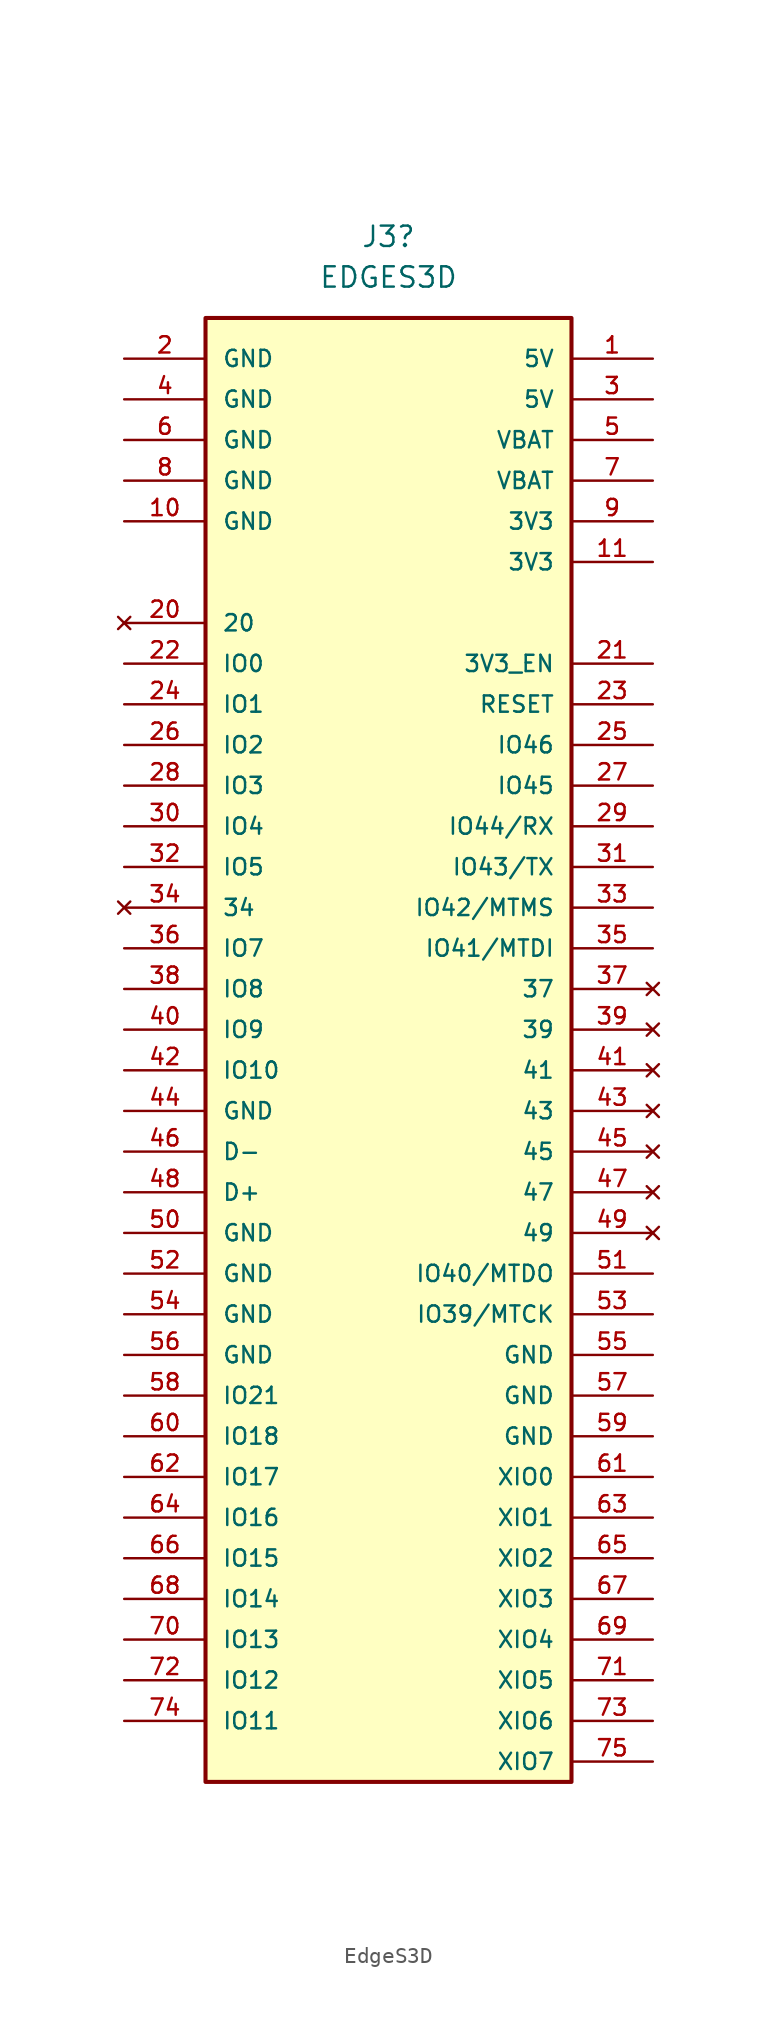
<source format=kicad_sym>
(kicad_symbol_lib
  (version 20241209)
  (generator "kicad_symbol_editor")
  (generator_version "9.0")
  (symbol "EdgeS3D"
    (pin_names
      (offset 1.016))
    (property "Reference" "J3"
      (at 0 50.8 0)
      (effects (font (size 1.27 1.27))))
    (property "Value" "EDGES3D"
      (at 0 48.26 0)
      (effects (font (size 1.27 1.27))))
    (symbol "EdgeS3D_0_0"
      (rectangle (start -11.43 45.72) (end 11.43 -45.72) (stroke (width 0.254) (type default)) (fill (type background))))
    (symbol "EdgeS3D_1_0"
      (pin passive line (at -16.51 43.18 0) (length 5.08) (name "GND" (effects (font (size 1.016 1.016)))) (number "2" (effects (font (size 1.016 1.016)))))
      (pin passive line (at -16.51 40.64 0) (length 5.08) (name "GND" (effects (font (size 1.016 1.016)))) (number "4" (effects (font (size 1.016 1.016)))))
      (pin passive line (at -16.51 38.1 0) (length 5.08) (name "GND" (effects (font (size 1.016 1.016)))) (number "6" (effects (font (size 1.016 1.016)))))
      (pin passive line (at -16.51 35.56 0) (length 5.08) (name "GND" (effects (font (size 1.016 1.016)))) (number "8" (effects (font (size 1.016 1.016)))))
      (pin passive line (at -16.51 33.02 0) (length 5.08) (name "GND" (effects (font (size 1.016 1.016)))) (number "10" (effects (font (size 1.016 1.016)))))
      (pin no_connect line (at -16.51 26.67 0) (length 5.08) (name "20" (effects (font (size 1.016 1.016)))) (number "20" (effects (font (size 1.016 1.016)))))
      (pin passive line (at -16.51 24.13 0) (length 5.08) (name "IO0" (effects (font (size 1.016 1.016)))) (number "22" (effects (font (size 1.016 1.016)))))
      (pin passive line (at -16.51 21.59 0) (length 5.08) (name "IO1" (effects (font (size 1.016 1.016)))) (number "24" (effects (font (size 1.016 1.016)))))
      (pin passive line (at -16.51 19.05 0) (length 5.08) (name "IO2" (effects (font (size 1.016 1.016)))) (number "26" (effects (font (size 1.016 1.016)))))
      (pin passive line (at -16.51 16.51 0) (length 5.08) (name "IO3" (effects (font (size 1.016 1.016)))) (number "28" (effects (font (size 1.016 1.016)))))
      (pin passive line (at -16.51 13.97 0) (length 5.08) (name "IO4" (effects (font (size 1.016 1.016)))) (number "30" (effects (font (size 1.016 1.016)))))
      (pin passive line (at -16.51 11.43 0) (length 5.08) (name "IO5" (effects (font (size 1.016 1.016)))) (number "32" (effects (font (size 1.016 1.016)))))
      (pin no_connect line (at -16.51 8.89 0) (length 5.08) (name "34" (effects (font (size 1.016 1.016)))) (number "34" (effects (font (size 1.016 1.016)))))
      (pin passive line (at -16.51 6.35 0) (length 5.08) (name "IO7" (effects (font (size 1.016 1.016)))) (number "36" (effects (font (size 1.016 1.016)))))
      (pin passive line (at -16.51 3.81 0) (length 5.08) (name "IO8" (effects (font (size 1.016 1.016)))) (number "38" (effects (font (size 1.016 1.016)))))
      (pin passive line (at -16.51 1.27 0) (length 5.08) (name "IO9" (effects (font (size 1.016 1.016)))) (number "40" (effects (font (size 1.016 1.016)))))
      (pin passive line (at -16.51 -1.27 0) (length 5.08) (name "IO10" (effects (font (size 1.016 1.016)))) (number "42" (effects (font (size 1.016 1.016)))))
      (pin passive line (at -16.51 -3.81 0) (length 5.08) (name "GND" (effects (font (size 1.016 1.016)))) (number "44" (effects (font (size 1.016 1.016)))))
      (pin passive line (at -16.51 -6.35 0) (length 5.08) (name "D-" (effects (font (size 1.016 1.016)))) (number "46" (effects (font (size 1.016 1.016)))))
      (pin passive line (at -16.51 -8.89 0) (length 5.08) (name "D+" (effects (font (size 1.016 1.016)))) (number "48" (effects (font (size 1.016 1.016)))))
      (pin passive line (at -16.51 -11.43 0) (length 5.08) (name "GND" (effects (font (size 1.016 1.016)))) (number "50" (effects (font (size 1.016 1.016)))))
      (pin passive line (at -16.51 -13.97 0) (length 5.08) (name "GND" (effects (font (size 1.016 1.016)))) (number "52" (effects (font (size 1.016 1.016)))))
      (pin passive line (at -16.51 -16.51 0) (length 5.08) (name "GND" (effects (font (size 1.016 1.016)))) (number "54" (effects (font (size 1.016 1.016)))))
      (pin passive line (at -16.51 -19.05 0) (length 5.08) (name "GND" (effects (font (size 1.016 1.016)))) (number "56" (effects (font (size 1.016 1.016)))))
      (pin passive line (at -16.51 -21.59 0) (length 5.08) (name "IO21" (effects (font (size 1.016 1.016)))) (number "58" (effects (font (size 1.016 1.016)))))
      (pin passive line (at -16.51 -24.13 0) (length 5.08) (name "IO18" (effects (font (size 1.016 1.016)))) (number "60" (effects (font (size 1.016 1.016)))))
      (pin passive line (at -16.51 -26.67 0) (length 5.08) (name "IO17" (effects (font (size 1.016 1.016)))) (number "62" (effects (font (size 1.016 1.016)))))
      (pin passive line (at -16.51 -29.21 0) (length 5.08) (name "IO16" (effects (font (size 1.016 1.016)))) (number "64" (effects (font (size 1.016 1.016)))))
      (pin passive line (at -16.51 -31.75 0) (length 5.08) (name "IO15" (effects (font (size 1.016 1.016)))) (number "66" (effects (font (size 1.016 1.016)))))
      (pin passive line (at -16.51 -34.29 0) (length 5.08) (name "IO14" (effects (font (size 1.016 1.016)))) (number "68" (effects (font (size 1.016 1.016)))))
      (pin passive line (at -16.51 -36.83 0) (length 5.08) (name "IO13" (effects (font (size 1.016 1.016)))) (number "70" (effects (font (size 1.016 1.016)))))
      (pin passive line (at -16.51 -39.37 0) (length 5.08) (name "IO12" (effects (font (size 1.016 1.016)))) (number "72" (effects (font (size 1.016 1.016)))))
      (pin passive line (at -16.51 -41.91 0) (length 5.08) (name "IO11" (effects (font (size 1.016 1.016)))) (number "74" (effects (font (size 1.016 1.016)))))
      (pin passive line (at 16.51 43.18 180) (length 5.08) (name "5V" (effects (font (size 1.016 1.016)))) (number "1" (effects (font (size 1.016 1.016)))))
      (pin passive line (at 16.51 40.64 180) (length 5.08) (name "5V" (effects (font (size 1.016 1.016)))) (number "3" (effects (font (size 1.016 1.016)))))
      (pin passive line (at 16.51 38.1 180) (length 5.08) (name "VBAT" (effects (font (size 1.016 1.016)))) (number "5" (effects (font (size 1.016 1.016)))))
      (pin passive line (at 16.51 35.56 180) (length 5.08) (name "VBAT" (effects (font (size 1.016 1.016)))) (number "7" (effects (font (size 1.016 1.016)))))
      (pin passive line (at 16.51 33.02 180) (length 5.08) (name "3V3" (effects (font (size 1.016 1.016)))) (number "9" (effects (font (size 1.016 1.016)))))
      (pin passive line (at 16.51 30.48 180) (length 5.08) (name "3V3" (effects (font (size 1.016 1.016)))) (number "11" (effects (font (size 1.016 1.016)))))
      (pin passive line (at 16.51 24.13 180) (length 5.08) (name "3V3_EN" (effects (font (size 1.016 1.016)))) (number "21" (effects (font (size 1.016 1.016)))))
      (pin passive line (at 16.51 21.59 180) (length 5.08) (name "RESET" (effects (font (size 1.016 1.016)))) (number "23" (effects (font (size 1.016 1.016)))))
      (pin passive line (at 16.51 19.05 180) (length 5.08) (name "IO46" (effects (font (size 1.016 1.016)))) (number "25" (effects (font (size 1.016 1.016)))))
      (pin passive line (at 16.51 16.51 180) (length 5.08) (name "IO45" (effects (font (size 1.016 1.016)))) (number "27" (effects (font (size 1.016 1.016)))))
      (pin passive line (at 16.51 13.97 180) (length 5.08) (name "IO44/RX" (effects (font (size 1.016 1.016)))) (number "29" (effects (font (size 1.016 1.016)))))
      (pin passive line (at 16.51 11.43 180) (length 5.08) (name "IO43/TX" (effects (font (size 1.016 1.016)))) (number "31" (effects (font (size 1.016 1.016)))))
      (pin passive line (at 16.51 8.89 180) (length 5.08) (name "IO42/MTMS" (effects (font (size 1.016 1.016)))) (number "33" (effects (font (size 1.016 1.016)))))
      (pin passive line (at 16.51 6.35 180) (length 5.08) (name "IO41/MTDI" (effects (font (size 1.016 1.016)))) (number "35" (effects (font (size 1.016 1.016)))))
      (pin no_connect line (at 16.51 3.81 180) (length 5.08) (name "37" (effects (font (size 1.016 1.016)))) (number "37" (effects (font (size 1.016 1.016)))))
      (pin no_connect line (at 16.51 1.27 180) (length 5.08) (name "39" (effects (font (size 1.016 1.016)))) (number "39" (effects (font (size 1.016 1.016)))))
      (pin no_connect line (at 16.51 -1.27 180) (length 5.08) (name "41" (effects (font (size 1.016 1.016)))) (number "41" (effects (font (size 1.016 1.016)))))
      (pin no_connect line (at 16.51 -3.81 180) (length 5.08) (name "43" (effects (font (size 1.016 1.016)))) (number "43" (effects (font (size 1.016 1.016)))))
      (pin no_connect line (at 16.51 -6.35 180) (length 5.08) (name "45" (effects (font (size 1.016 1.016)))) (number "45" (effects (font (size 1.016 1.016)))))
      (pin no_connect line (at 16.51 -8.89 180) (length 5.08) (name "47" (effects (font (size 1.016 1.016)))) (number "47" (effects (font (size 1.016 1.016)))))
      (pin no_connect line (at 16.51 -11.43 180) (length 5.08) (name "49" (effects (font (size 1.016 1.016)))) (number "49" (effects (font (size 1.016 1.016)))))
      (pin passive line (at 16.51 -13.97 180) (length 5.08) (name "IO40/MTDO" (effects (font (size 1.016 1.016)))) (number "51" (effects (font (size 1.016 1.016)))))
      (pin passive line (at 16.51 -16.51 180) (length 5.08) (name "IO39/MTCK" (effects (font (size 1.016 1.016)))) (number "53" (effects (font (size 1.016 1.016)))))
      (pin passive line (at 16.51 -19.05 180) (length 5.08) (name "GND" (effects (font (size 1.016 1.016)))) (number "55" (effects (font (size 1.016 1.016)))))
      (pin passive line (at 16.51 -21.59 180) (length 5.08) (name "GND" (effects (font (size 1.016 1.016)))) (number "57" (effects (font (size 1.016 1.016)))))
      (pin passive line (at 16.51 -24.13 180) (length 5.08) (name "GND" (effects (font (size 1.016 1.016)))) (number "59" (effects (font (size 1.016 1.016)))))
      (pin passive line (at 16.51 -26.67 180) (length 5.08) (name "XIO0" (effects (font (size 1.016 1.016)))) (number "61" (effects (font (size 1.016 1.016)))))
      (pin passive line (at 16.51 -29.21 180) (length 5.08) (name "XIO1" (effects (font (size 1.016 1.016)))) (number "63" (effects (font (size 1.016 1.016)))))
      (pin passive line (at 16.51 -31.75 180) (length 5.08) (name "XIO2" (effects (font (size 1.016 1.016)))) (number "65" (effects (font (size 1.016 1.016)))))
      (pin passive line (at 16.51 -34.29 180) (length 5.08) (name "XIO3" (effects (font (size 1.016 1.016)))) (number "67" (effects (font (size 1.016 1.016)))))
      (pin passive line (at 16.51 -36.83 180) (length 5.08) (name "XIO4" (effects (font (size 1.016 1.016)))) (number "69" (effects (font (size 1.016 1.016)))))
      (pin passive line (at 16.51 -39.37 180) (length 5.08) (name "XIO5" (effects (font (size 1.016 1.016)))) (number "71" (effects (font (size 1.016 1.016)))))
      (pin passive line (at 16.51 -41.91 180) (length 5.08) (name "XIO6" (effects (font (size 1.016 1.016)))) (number "73" (effects (font (size 1.016 1.016)))))
      (pin passive line (at 16.51 -44.45 180) (length 5.08) (name "XIO7" (effects (font (size 1.016 1.016)))) (number "75" (effects (font (size 1.016 1.016))))))))
</source>
